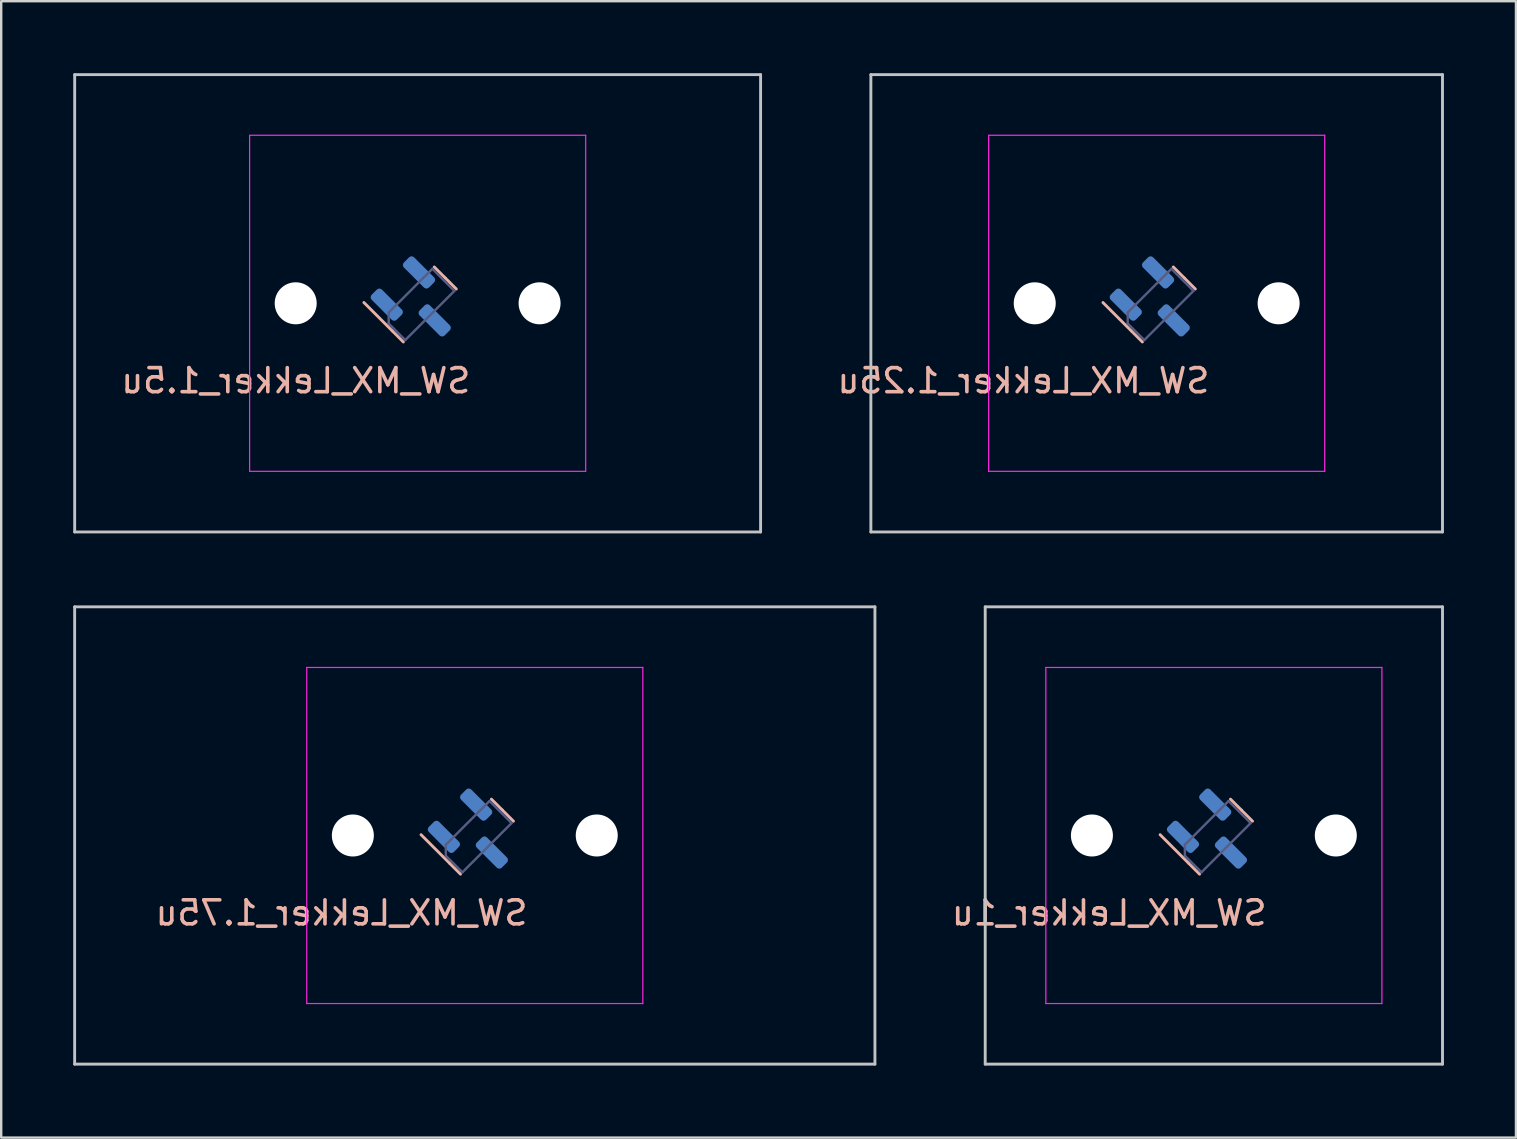
<source format=kicad_pcb>
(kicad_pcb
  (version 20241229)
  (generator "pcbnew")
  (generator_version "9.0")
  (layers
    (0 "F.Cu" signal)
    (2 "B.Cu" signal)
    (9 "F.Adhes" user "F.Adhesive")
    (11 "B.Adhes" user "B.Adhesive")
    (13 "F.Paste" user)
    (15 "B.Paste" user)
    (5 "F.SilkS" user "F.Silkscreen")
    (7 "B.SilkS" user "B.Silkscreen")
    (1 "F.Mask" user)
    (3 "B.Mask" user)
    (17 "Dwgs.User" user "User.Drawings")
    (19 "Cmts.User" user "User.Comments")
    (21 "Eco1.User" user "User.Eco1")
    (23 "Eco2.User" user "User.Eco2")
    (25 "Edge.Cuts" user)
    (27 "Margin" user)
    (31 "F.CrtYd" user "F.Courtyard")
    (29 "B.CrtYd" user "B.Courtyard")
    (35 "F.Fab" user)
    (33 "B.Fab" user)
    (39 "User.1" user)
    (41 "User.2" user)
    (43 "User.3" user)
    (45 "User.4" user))
  (footprint "SW_MX_Lekker_1u"
    (layer "F.Cu")
    (at 47.517 31.755)
    (property "Reference" "SW_MX_Lekker_1u" (at 2.286 3.81 0) (layer "B.SilkS") (effects (font (size 1 1) (thickness 0.15)) (justify left bottom mirror)))
    (attr smd exclude_from_pos_files exclude_from_bom)
    (fp_line (start -1.055 1.151) (end -2.239 -0.033) (stroke (width 0.12) (type solid)) (layer "B.SilkS"))
    (fp_line (start -1.055 1.151) (end -0.595 1.611) (stroke (width 0.12) (type solid)) (layer "B.SilkS"))
    (fp_line (start 1.151 -1.055) (end 0.692 -1.514) (stroke (width 0.12) (type solid)) (layer "B.SilkS"))
    (fp_line (start 1.151 -1.055) (end 1.611 -0.595) (stroke (width 0.12) (type solid)) (layer "B.SilkS"))
    (fp_line (start -9.525 -9.525) (end -9.525 9.525) (stroke (width 0.12) (type solid)) (layer "Dwgs.User"))
    (fp_line (start -9.525 9.525) (end 9.525 9.525) (stroke (width 0.12) (type solid)) (layer "Dwgs.User"))
    (fp_line (start 9.525 -9.525) (end -9.525 -9.525) (stroke (width 0.12) (type solid)) (layer "Dwgs.User"))
    (fp_line (start 9.525 9.525) (end 9.525 -9.525) (stroke (width 0.12) (type solid)) (layer "Dwgs.User"))
    (fp_line (start -7 6.5) (end -7 -6.5) (stroke (width 0.05) (type solid)) (layer "Eco2.User"))
    (fp_line (start -6.5 -7) (end 6.5 -7) (stroke (width 0.05) (type solid)) (layer "Eco2.User"))
    (fp_line (start 6.5 7) (end -6.5 7) (stroke (width 0.05) (type solid)) (layer "Eco2.User"))
    (fp_line (start 7 -6.5) (end 7 6.5) (stroke (width 0.05) (type solid)) (layer "Eco2.User"))
    (fp_arc (start -7 -6.5) (mid -6.853553 -6.853553) (end -6.5 -7) (stroke (width 0.05) (type solid)) (layer "Eco2.User"))
    (fp_arc (start -6.5 7) (mid -6.853553 6.853553) (end -7 6.5) (stroke (width 0.05) (type solid)) (layer "Eco2.User"))
    (fp_arc (start 6.5 -7) (mid 6.853553 -6.853553) (end 7 -6.5) (stroke (width 0.05) (type solid)) (layer "Eco2.User"))
    (fp_arc (start 6.997236 6.498884) (mid 6.850789 6.852437) (end 6.497236 6.998884) (stroke (width 0.05) (type solid)) (layer "Eco2.User"))
    (fp_line (start -7 -7) (end -7 7) (stroke (width 0.05) (type solid)) (layer "F.CrtYd"))
    (fp_line (start -7 7) (end 7 7) (stroke (width 0.05) (type solid)) (layer "F.CrtYd"))
    (fp_line (start 7 -7) (end -7 -7) (stroke (width 0.05) (type solid)) (layer "F.CrtYd"))
    (fp_line (start 7 7) (end 7 -7) (stroke (width 0.05) (type solid)) (layer "F.CrtYd"))
    (fp_line (start -1.207 0.384) (end -1.207 0.844) (stroke (width 0.1) (type solid)) (layer "B.Fab"))
    (fp_line (start -1.207 0.844) (end -0.517 1.533) (stroke (width 0.1) (type solid)) (layer "B.Fab"))
    (fp_line (start -0.517 1.533) (end 1.533 -0.517) (stroke (width 0.1) (type solid)) (layer "B.Fab"))
    (fp_line (start 0.614 -1.437) (end -1.207 0.384) (stroke (width 0.1) (type solid)) (layer "B.Fab"))
    (fp_line (start 1.533 -0.517) (end 0.614 -1.437) (stroke (width 0.1) (type solid)) (layer "B.Fab"))
    (pad "" np_thru_hole circle (at -5.08 0) (size 1.75 1.75) (drill 1.75) (layers "*.Cu" "*.Mask"))
    (pad "" np_thru_hole circle (at 5.08 0) (size 1.75 1.75) (drill 1.75) (layers "*.Cu" "*.Mask"))
    (pad "1" smd roundrect (at -1.286 0.057 135) (size 1.475 0.6) (layers "B.Cu" "B.Mask" "B.Paste") (roundrect_rratio 0.25))
    (pad "2" smd roundrect (at 0.057 -1.286 135) (size 1.475 0.6) (layers "B.Cu" "B.Mask" "B.Paste") (roundrect_rratio 0.25))
    (pad "3" smd roundrect (at 0.711 0.711 135) (size 1.475 0.6) (layers "B.Cu" "B.Mask" "B.Paste") (roundrect_rratio 0.25))
    (zone (net_name "") (layer "F.Cu") (hatch edge 0.5) (connect_pads) (min_thickness 0.25) (filled_areas_thickness no) (keepout (tracks not_allowed) (vias not_allowed) (pads not_allowed) (copperpour not_allowed) (footprints allowed)) (placement (enabled no)) (fill) (polygon (pts (xy 45.739 29.977) (xy 49.295 29.977) (xy 49.295 33.533) (xy 45.739 33.533)))))
  (footprint "SW_MX_Lekker_1.25u"
    (layer "F.Cu")
    (at 45.135 9.585)
    (property "Reference" "SW_MX_Lekker_1.25u" (at 2.286 3.81 0) (layer "B.SilkS") (effects (font (size 1 1) (thickness 0.15)) (justify left bottom mirror)))
    (attr through_hole exclude_from_pos_files exclude_from_bom)
    (fp_line (start -1.055 1.151) (end -2.239 -0.033) (stroke (width 0.12) (type solid)) (layer "B.SilkS"))
    (fp_line (start -1.055 1.151) (end -0.595 1.611) (stroke (width 0.12) (type solid)) (layer "B.SilkS"))
    (fp_line (start 1.151 -1.055) (end 0.692 -1.514) (stroke (width 0.12) (type solid)) (layer "B.SilkS"))
    (fp_line (start 1.151 -1.055) (end 1.611 -0.595) (stroke (width 0.12) (type solid)) (layer "B.SilkS"))
    (fp_line (start -11.906 -9.525) (end -11.906 9.525) (stroke (width 0.12) (type solid)) (layer "Dwgs.User"))
    (fp_line (start -11.906 9.525) (end 11.906 9.525) (stroke (width 0.12) (type solid)) (layer "Dwgs.User"))
    (fp_line (start 11.906 -9.525) (end -11.906 -9.525) (stroke (width 0.12) (type solid)) (layer "Dwgs.User"))
    (fp_line (start 11.906 9.525) (end 11.906 -9.525) (stroke (width 0.12) (type solid)) (layer "Dwgs.User"))
    (fp_line (start -7 6.5) (end -7 -6.5) (stroke (width 0.05) (type solid)) (layer "Eco2.User"))
    (fp_line (start -6.5 -7) (end 6.5 -7) (stroke (width 0.05) (type solid)) (layer "Eco2.User"))
    (fp_line (start 6.5 7) (end -6.5 7) (stroke (width 0.05) (type solid)) (layer "Eco2.User"))
    (fp_line (start 7 -6.5) (end 7 6.5) (stroke (width 0.05) (type solid)) (layer "Eco2.User"))
    (fp_arc (start -7 -6.5) (mid -6.853553 -6.853553) (end -6.5 -7) (stroke (width 0.05) (type solid)) (layer "Eco2.User"))
    (fp_arc (start -6.5 7) (mid -6.853553 6.853553) (end -7 6.5) (stroke (width 0.05) (type solid)) (layer "Eco2.User"))
    (fp_arc (start 6.5 -7) (mid 6.853553 -6.853553) (end 7 -6.5) (stroke (width 0.05) (type solid)) (layer "Eco2.User"))
    (fp_arc (start 6.997236 6.498884) (mid 6.850789 6.852437) (end 6.497236 6.998884) (stroke (width 0.05) (type solid)) (layer "Eco2.User"))
    (fp_line (start -7 -7) (end -7 7) (stroke (width 0.05) (type solid)) (layer "F.CrtYd"))
    (fp_line (start -7 7) (end 7 7) (stroke (width 0.05) (type solid)) (layer "F.CrtYd"))
    (fp_line (start 7 -7) (end -7 -7) (stroke (width 0.05) (type solid)) (layer "F.CrtYd"))
    (fp_line (start 7 7) (end 7 -7) (stroke (width 0.05) (type solid)) (layer "F.CrtYd"))
    (fp_line (start -1.207 0.384) (end -1.207 0.844) (stroke (width 0.1) (type solid)) (layer "B.Fab"))
    (fp_line (start -1.207 0.844) (end -0.517 1.533) (stroke (width 0.1) (type solid)) (layer "B.Fab"))
    (fp_line (start -0.517 1.533) (end 1.533 -0.517) (stroke (width 0.1) (type solid)) (layer "B.Fab"))
    (fp_line (start 0.614 -1.437) (end -1.207 0.384) (stroke (width 0.1) (type solid)) (layer "B.Fab"))
    (fp_line (start 1.533 -0.517) (end 0.614 -1.437) (stroke (width 0.1) (type solid)) (layer "B.Fab"))
    (pad "" np_thru_hole circle (at -5.08 0) (size 1.75 1.75) (drill 1.75) (layers "*.Cu" "*.Mask"))
    (pad "" np_thru_hole circle (at 5.08 0) (size 1.75 1.75) (drill 1.75) (layers "*.Cu" "*.Mask"))
    (pad "1" smd roundrect (at -1.286 0.057 135) (size 1.475 0.6) (layers "B.Cu" "B.Mask" "B.Paste") (roundrect_rratio 0.25))
    (pad "2" smd roundrect (at 0.057 -1.286 135) (size 1.475 0.6) (layers "B.Cu" "B.Mask" "B.Paste") (roundrect_rratio 0.25))
    (pad "3" smd roundrect (at 0.711 0.711 135) (size 1.475 0.6) (layers "B.Cu" "B.Mask" "B.Paste") (roundrect_rratio 0.25))
    (zone (net_name "") (layer "F.Cu") (hatch edge 0.5) (connect_pads) (min_thickness 0.25) (filled_areas_thickness no) (keepout (tracks not_allowed) (vias not_allowed) (pads not_allowed) (copperpour not_allowed) (footprints allowed)) (placement (enabled no)) (fill) (polygon (pts (xy 43.357 7.807) (xy 46.913 7.807) (xy 46.913 11.363) (xy 43.357 11.363)))))
  (footprint "SW_MX_Lekker_1.5u"
    (layer "F.Cu")
    (at 14.348 9.585)
    (property "Reference" "SW_MX_Lekker_1.5u" (at 2.286 3.81 0) (layer "B.SilkS") (effects (font (size 1 1) (thickness 0.15)) (justify left bottom mirror)))
    (attr through_hole exclude_from_pos_files exclude_from_bom)
    (fp_line (start -1.055 1.151) (end -2.239 -0.033) (stroke (width 0.12) (type solid)) (layer "B.SilkS"))
    (fp_line (start -1.055 1.151) (end -0.595 1.611) (stroke (width 0.12) (type solid)) (layer "B.SilkS"))
    (fp_line (start 1.151 -1.055) (end 0.692 -1.514) (stroke (width 0.12) (type solid)) (layer "B.SilkS"))
    (fp_line (start 1.151 -1.055) (end 1.611 -0.595) (stroke (width 0.12) (type solid)) (layer "B.SilkS"))
    (fp_line (start -14.287 -9.525) (end -14.287 9.525) (stroke (width 0.12) (type solid)) (layer "Dwgs.User"))
    (fp_line (start -14.287 9.525) (end 14.287 9.525) (stroke (width 0.12) (type solid)) (layer "Dwgs.User"))
    (fp_line (start 14.287 -9.525) (end -14.287 -9.525) (stroke (width 0.12) (type solid)) (layer "Dwgs.User"))
    (fp_line (start 14.287 9.525) (end 14.287 -9.525) (stroke (width 0.12) (type solid)) (layer "Dwgs.User"))
    (fp_line (start -7 6.5) (end -7 -6.5) (stroke (width 0.05) (type solid)) (layer "Eco2.User"))
    (fp_line (start -6.5 -7) (end 6.5 -7) (stroke (width 0.05) (type solid)) (layer "Eco2.User"))
    (fp_line (start 6.5 7) (end -6.5 7) (stroke (width 0.05) (type solid)) (layer "Eco2.User"))
    (fp_line (start 7 -6.5) (end 7 6.5) (stroke (width 0.05) (type solid)) (layer "Eco2.User"))
    (fp_arc (start -7 -6.5) (mid -6.853553 -6.853553) (end -6.5 -7) (stroke (width 0.05) (type solid)) (layer "Eco2.User"))
    (fp_arc (start -6.5 7) (mid -6.853553 6.853553) (end -7 6.5) (stroke (width 0.05) (type solid)) (layer "Eco2.User"))
    (fp_arc (start 6.5 -7) (mid 6.853553 -6.853553) (end 7 -6.5) (stroke (width 0.05) (type solid)) (layer "Eco2.User"))
    (fp_arc (start 6.997236 6.498884) (mid 6.850789 6.852437) (end 6.497236 6.998884) (stroke (width 0.05) (type solid)) (layer "Eco2.User"))
    (fp_line (start -7 -7) (end -7 7) (stroke (width 0.05) (type solid)) (layer "F.CrtYd"))
    (fp_line (start -7 7) (end 7 7) (stroke (width 0.05) (type solid)) (layer "F.CrtYd"))
    (fp_line (start 7 -7) (end -7 -7) (stroke (width 0.05) (type solid)) (layer "F.CrtYd"))
    (fp_line (start 7 7) (end 7 -7) (stroke (width 0.05) (type solid)) (layer "F.CrtYd"))
    (fp_line (start -1.207 0.384) (end -1.207 0.844) (stroke (width 0.1) (type solid)) (layer "B.Fab"))
    (fp_line (start -1.207 0.844) (end -0.517 1.533) (stroke (width 0.1) (type solid)) (layer "B.Fab"))
    (fp_line (start -0.517 1.533) (end 1.533 -0.517) (stroke (width 0.1) (type solid)) (layer "B.Fab"))
    (fp_line (start 0.614 -1.437) (end -1.207 0.384) (stroke (width 0.1) (type solid)) (layer "B.Fab"))
    (fp_line (start 1.533 -0.517) (end 0.614 -1.437) (stroke (width 0.1) (type solid)) (layer "B.Fab"))
    (pad "" np_thru_hole circle (at -5.08 0) (size 1.75 1.75) (drill 1.75) (layers "*.Cu" "*.Mask"))
    (pad "" np_thru_hole circle (at 5.08 0) (size 1.75 1.75) (drill 1.75) (layers "*.Cu" "*.Mask"))
    (pad "1" smd roundrect (at -1.286 0.057 135) (size 1.475 0.6) (layers "B.Cu" "B.Mask" "B.Paste") (roundrect_rratio 0.25))
    (pad "2" smd roundrect (at 0.057 -1.286 135) (size 1.475 0.6) (layers "B.Cu" "B.Mask" "B.Paste") (roundrect_rratio 0.25))
    (pad "3" smd roundrect (at 0.711 0.711 135) (size 1.475 0.6) (layers "B.Cu" "B.Mask" "B.Paste") (roundrect_rratio 0.25))
    (zone (net_name "") (layer "F.Cu") (hatch edge 0.5) (connect_pads) (min_thickness 0.25) (filled_areas_thickness no) (keepout (tracks not_allowed) (vias not_allowed) (pads not_allowed) (copperpour not_allowed) (footprints allowed)) (placement (enabled no)) (fill) (polygon (pts (xy 12.569 7.807) (xy 16.125 7.807) (xy 16.125 11.363) (xy 12.569 11.363)))))
  (footprint "SW_MX_Lekker_1.75u"
    (layer "F.Cu")
    (at 16.729 31.755)
    (property "Reference" "SW_MX_Lekker_1.75u" (at 2.286 3.81 0) (layer "B.SilkS") (effects (font (size 1 1) (thickness 0.15)) (justify left bottom mirror)))
    (attr through_hole exclude_from_pos_files exclude_from_bom)
    (fp_line (start -1.055 1.151) (end -2.239 -0.033) (stroke (width 0.12) (type solid)) (layer "B.SilkS"))
    (fp_line (start -1.055 1.151) (end -0.595 1.611) (stroke (width 0.12) (type solid)) (layer "B.SilkS"))
    (fp_line (start 1.151 -1.055) (end 0.692 -1.514) (stroke (width 0.12) (type solid)) (layer "B.SilkS"))
    (fp_line (start 1.151 -1.055) (end 1.611 -0.595) (stroke (width 0.12) (type solid)) (layer "B.SilkS"))
    (fp_line (start -16.669 -9.525) (end -16.669 9.525) (stroke (width 0.12) (type solid)) (layer "Dwgs.User"))
    (fp_line (start -16.669 9.525) (end 16.669 9.525) (stroke (width 0.12) (type solid)) (layer "Dwgs.User"))
    (fp_line (start 16.669 -9.525) (end -16.669 -9.525) (stroke (width 0.12) (type solid)) (layer "Dwgs.User"))
    (fp_line (start 16.669 9.525) (end 16.669 -9.525) (stroke (width 0.12) (type solid)) (layer "Dwgs.User"))
    (fp_line (start -7 6.5) (end -7 -6.5) (stroke (width 0.05) (type solid)) (layer "Eco2.User"))
    (fp_line (start -6.5 -7) (end 6.5 -7) (stroke (width 0.05) (type solid)) (layer "Eco2.User"))
    (fp_line (start 6.5 7) (end -6.5 7) (stroke (width 0.05) (type solid)) (layer "Eco2.User"))
    (fp_line (start 7 -6.5) (end 7 6.5) (stroke (width 0.05) (type solid)) (layer "Eco2.User"))
    (fp_arc (start -7 -6.5) (mid -6.853553 -6.853553) (end -6.5 -7) (stroke (width 0.05) (type solid)) (layer "Eco2.User"))
    (fp_arc (start -6.5 7) (mid -6.853553 6.853553) (end -7 6.5) (stroke (width 0.05) (type solid)) (layer "Eco2.User"))
    (fp_arc (start 6.5 -7) (mid 6.853553 -6.853553) (end 7 -6.5) (stroke (width 0.05) (type solid)) (layer "Eco2.User"))
    (fp_arc (start 6.997236 6.498884) (mid 6.850789 6.852437) (end 6.497236 6.998884) (stroke (width 0.05) (type solid)) (layer "Eco2.User"))
    (fp_line (start -7 -7) (end -7 7) (stroke (width 0.05) (type solid)) (layer "F.CrtYd"))
    (fp_line (start -7 7) (end 7 7) (stroke (width 0.05) (type solid)) (layer "F.CrtYd"))
    (fp_line (start 7 -7) (end -7 -7) (stroke (width 0.05) (type solid)) (layer "F.CrtYd"))
    (fp_line (start 7 7) (end 7 -7) (stroke (width 0.05) (type solid)) (layer "F.CrtYd"))
    (fp_line (start -1.207 0.384) (end -1.207 0.844) (stroke (width 0.1) (type solid)) (layer "B.Fab"))
    (fp_line (start -1.207 0.844) (end -0.517 1.533) (stroke (width 0.1) (type solid)) (layer "B.Fab"))
    (fp_line (start -0.517 1.533) (end 1.533 -0.517) (stroke (width 0.1) (type solid)) (layer "B.Fab"))
    (fp_line (start 0.614 -1.437) (end -1.207 0.384) (stroke (width 0.1) (type solid)) (layer "B.Fab"))
    (fp_line (start 1.533 -0.517) (end 0.614 -1.437) (stroke (width 0.1) (type solid)) (layer "B.Fab"))
    (pad "" np_thru_hole circle (at -5.08 0) (size 1.75 1.75) (drill 1.75) (layers "*.Cu" "*.Mask"))
    (pad "" np_thru_hole circle (at 5.08 0) (size 1.75 1.75) (drill 1.75) (layers "*.Cu" "*.Mask"))
    (pad "1" smd roundrect (at -1.286 0.057 135) (size 1.475 0.6) (layers "B.Cu" "B.Mask" "B.Paste") (roundrect_rratio 0.25))
    (pad "2" smd roundrect (at 0.057 -1.286 135) (size 1.475 0.6) (layers "B.Cu" "B.Mask" "B.Paste") (roundrect_rratio 0.25))
    (pad "3" smd roundrect (at 0.711 0.711 135) (size 1.475 0.6) (layers "B.Cu" "B.Mask" "B.Paste") (roundrect_rratio 0.25))
    (zone (net_name "") (layer "F.Cu") (hatch edge 0.5) (connect_pads) (min_thickness 0.25) (filled_areas_thickness no) (keepout (tracks not_allowed) (vias not_allowed) (pads not_allowed) (copperpour not_allowed) (footprints allowed)) (placement (enabled no)) (fill) (polygon (pts (xy 14.189 29.215) (xy 19.269 29.215) (xy 19.269 34.295) (xy 14.189 34.295)))))
  (gr_rect
    (start -3 -3)
    (end 60.102 44.34)
    (stroke (width 0.1) (type default))
    (fill no)
    (layer "Edge.Cuts")))
</source>
